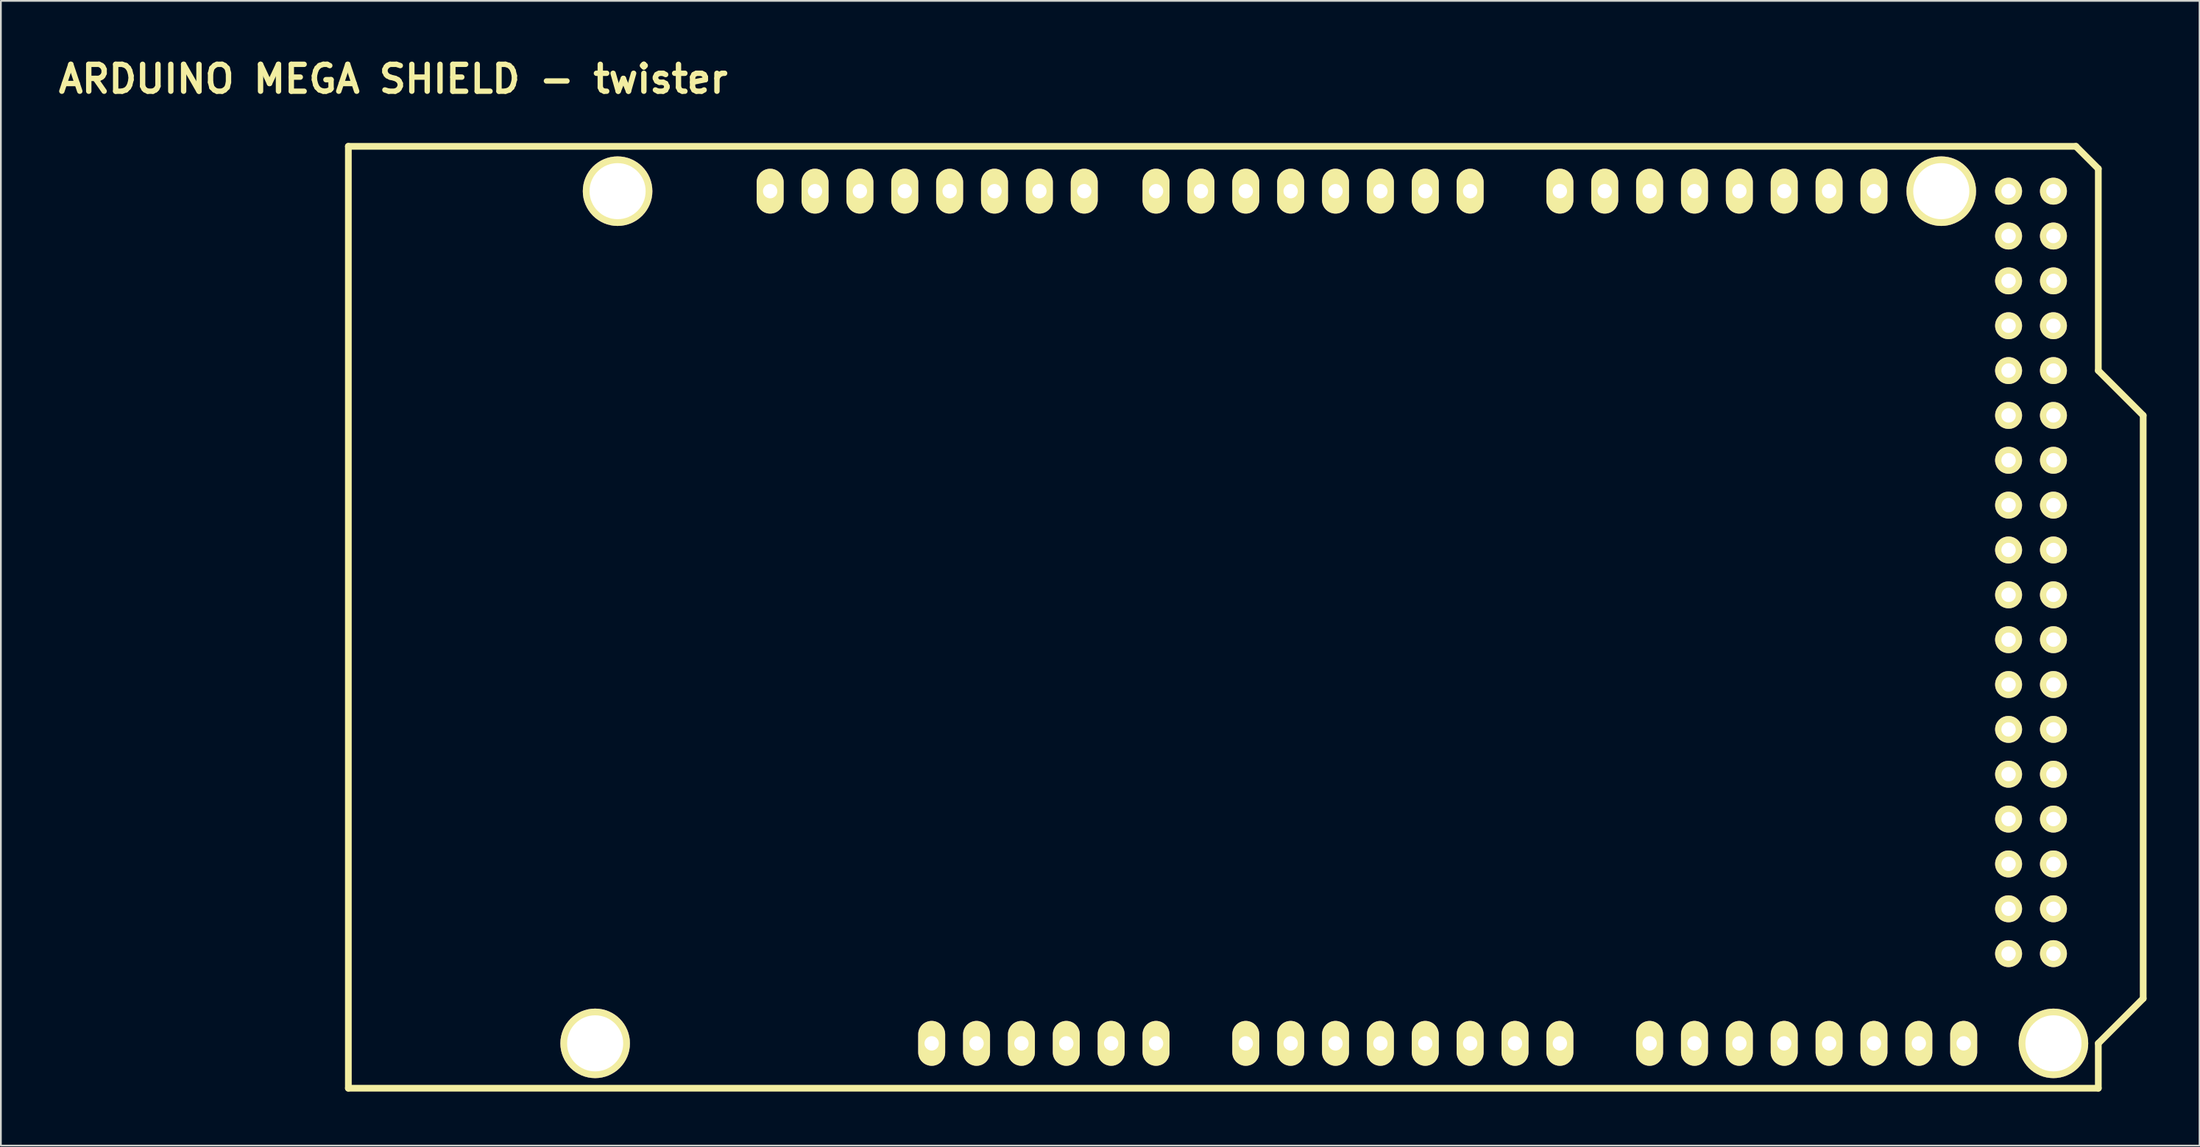
<source format=kicad_pcb>
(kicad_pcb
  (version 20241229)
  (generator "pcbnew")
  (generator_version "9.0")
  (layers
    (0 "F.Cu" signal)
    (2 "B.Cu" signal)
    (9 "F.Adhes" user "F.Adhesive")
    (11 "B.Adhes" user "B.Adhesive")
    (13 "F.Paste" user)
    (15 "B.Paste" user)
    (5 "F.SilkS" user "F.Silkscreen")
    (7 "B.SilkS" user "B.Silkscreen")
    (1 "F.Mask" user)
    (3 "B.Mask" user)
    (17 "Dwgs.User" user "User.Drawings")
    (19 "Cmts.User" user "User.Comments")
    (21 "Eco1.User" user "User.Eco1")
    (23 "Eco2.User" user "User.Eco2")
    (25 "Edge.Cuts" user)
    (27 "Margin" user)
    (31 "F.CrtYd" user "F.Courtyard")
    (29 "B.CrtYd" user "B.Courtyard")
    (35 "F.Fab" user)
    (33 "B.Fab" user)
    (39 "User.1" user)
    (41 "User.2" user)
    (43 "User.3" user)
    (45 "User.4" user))
  (footprint "ARDUINO MEGA SHIELD - twister"
    (layer "F.Cu")
    (at 16.67 58.576)
    (property "Reference" "ARDUINO MEGA SHIELD - twister" (at 2.54 -57.15 0) (layer "F.SilkS") (effects (font (size 1.524 1.524) (thickness 0.305))))
    (attr through_hole)
    (fp_line (start 0 0) (end 0 -53.34) (stroke (width 0.381) (type solid)) (layer "F.SilkS"))
    (fp_line (start 97.79 -53.34) (end 0 -53.34) (stroke (width 0.381) (type solid)) (layer "F.SilkS"))
    (fp_line (start 99.06 -52.07) (end 97.79 -53.34) (stroke (width 0.381) (type solid)) (layer "F.SilkS"))
    (fp_line (start 99.06 -40.64) (end 99.06 -52.07) (stroke (width 0.381) (type solid)) (layer "F.SilkS"))
    (fp_line (start 99.06 -40.64) (end 101.6 -38.1) (stroke (width 0.381) (type solid)) (layer "F.SilkS"))
    (fp_line (start 99.06 -2.54) (end 99.06 0) (stroke (width 0.381) (type solid)) (layer "F.SilkS"))
    (fp_line (start 99.06 0) (end 0 0) (stroke (width 0.381) (type solid)) (layer "F.SilkS"))
    (fp_line (start 101.6 -38.1) (end 101.6 -5.08) (stroke (width 0.381) (type solid)) (layer "F.SilkS"))
    (fp_line (start 101.6 -5.08) (end 99.06 -2.54) (stroke (width 0.381) (type solid)) (layer "F.SilkS"))
    (pad "" thru_hole circle (at 13.97 -2.54 90) (size 3.937 3.937) (drill 3.175) (layers "*.Cu" "*.Mask" "F.SilkS"))
    (pad "" thru_hole circle (at 15.24 -50.8 90) (size 3.937 3.937) (drill 3.175) (layers "*.Cu" "*.Mask" "F.SilkS"))
    (pad "" thru_hole circle (at 90.17 -50.8 90) (size 3.937 3.937) (drill 3.175) (layers "*.Cu" "*.Mask" "F.SilkS"))
    (pad "" thru_hole circle (at 96.52 -2.54 90) (size 3.937 3.937) (drill 3.175) (layers "*.Cu" "*.Mask" "F.SilkS"))
    (pad "0" thru_hole oval (at 63.5 -50.8 90) (size 2.54 1.524) (drill 0.813) (layers "*.Cu" "*.Mask" "F.SilkS"))
    (pad "1" thru_hole oval (at 60.96 -50.8 90) (size 2.54 1.524) (drill 0.813) (layers "*.Cu" "*.Mask" "F.SilkS"))
    (pad "2" thru_hole oval (at 58.42 -50.8 90) (size 2.54 1.524) (drill 0.813) (layers "*.Cu" "*.Mask" "F.SilkS"))
    (pad "3" thru_hole oval (at 55.88 -50.8 90) (size 2.54 1.524) (drill 0.813) (layers "*.Cu" "*.Mask" "F.SilkS"))
    (pad "3V3" thru_hole oval (at 35.56 -2.54 90) (size 2.54 1.524) (drill 0.813) (layers "*.Cu" "*.Mask" "F.SilkS"))
    (pad "4" thru_hole oval (at 53.34 -50.8 90) (size 2.54 1.524) (drill 0.813) (layers "*.Cu" "*.Mask" "F.SilkS"))
    (pad "5" thru_hole oval (at 50.8 -50.8 90) (size 2.54 1.524) (drill 0.813) (layers "*.Cu" "*.Mask" "F.SilkS"))
    (pad "5V" thru_hole oval (at 38.1 -2.54 90) (size 2.54 1.524) (drill 0.813) (layers "*.Cu" "*.Mask" "F.SilkS"))
    (pad "5V_4" thru_hole circle (at 93.98 -50.8) (size 1.524 1.524) (drill 0.813) (layers "*.Cu" "*.Mask" "F.SilkS"))
    (pad "5V_5" thru_hole circle (at 96.52 -50.8) (size 1.524 1.524) (drill 0.813) (layers "*.Cu" "*.Mask" "F.SilkS"))
    (pad "6" thru_hole oval (at 48.26 -50.8 90) (size 2.54 1.524) (drill 0.813) (layers "*.Cu" "*.Mask" "F.SilkS"))
    (pad "7" thru_hole oval (at 45.72 -50.8 90) (size 2.54 1.524) (drill 0.813) (layers "*.Cu" "*.Mask" "F.SilkS"))
    (pad "8" thru_hole oval (at 41.656 -50.8 90) (size 2.54 1.524) (drill 0.813) (layers "*.Cu" "*.Mask" "F.SilkS"))
    (pad "9" thru_hole oval (at 39.116 -50.8 90) (size 2.54 1.524) (drill 0.813) (layers "*.Cu" "*.Mask" "F.SilkS"))
    (pad "10" thru_hole oval (at 36.576 -50.8 90) (size 2.54 1.524) (drill 0.813) (layers "*.Cu" "*.Mask" "F.SilkS"))
    (pad "11" thru_hole oval (at 34.036 -50.8 90) (size 2.54 1.524) (drill 0.813) (layers "*.Cu" "*.Mask" "F.SilkS"))
    (pad "12" thru_hole oval (at 31.496 -50.8 90) (size 2.54 1.524) (drill 0.813) (layers "*.Cu" "*.Mask" "F.SilkS"))
    (pad "13" thru_hole oval (at 28.956 -50.8 90) (size 2.54 1.524) (drill 0.813) (layers "*.Cu" "*.Mask" "F.SilkS"))
    (pad "14" thru_hole oval (at 68.58 -50.8 90) (size 2.54 1.524) (drill 0.813) (layers "*.Cu" "*.Mask" "F.SilkS"))
    (pad "15" thru_hole oval (at 71.12 -50.8 90) (size 2.54 1.524) (drill 0.813) (layers "*.Cu" "*.Mask" "F.SilkS"))
    (pad "16" thru_hole oval (at 73.66 -50.8 90) (size 2.54 1.524) (drill 0.813) (layers "*.Cu" "*.Mask" "F.SilkS"))
    (pad "17" thru_hole oval (at 76.2 -50.8 90) (size 2.54 1.524) (drill 0.813) (layers "*.Cu" "*.Mask" "F.SilkS"))
    (pad "18" thru_hole oval (at 78.74 -50.8 90) (size 2.54 1.524) (drill 0.813) (layers "*.Cu" "*.Mask" "F.SilkS"))
    (pad "19" thru_hole oval (at 81.28 -50.8 90) (size 2.54 1.524) (drill 0.813) (layers "*.Cu" "*.Mask" "F.SilkS"))
    (pad "20" thru_hole oval (at 83.82 -50.8 90) (size 2.54 1.524) (drill 0.813) (layers "*.Cu" "*.Mask" "F.SilkS"))
    (pad "21" thru_hole oval (at 86.36 -50.8 90) (size 2.54 1.524) (drill 0.813) (layers "*.Cu" "*.Mask" "F.SilkS"))
    (pad "22" thru_hole circle (at 93.98 -48.26) (size 1.524 1.524) (drill 0.813) (layers "*.Cu" "*.Mask" "F.SilkS"))
    (pad "23" thru_hole circle (at 96.52 -48.26) (size 1.524 1.524) (drill 0.813) (layers "*.Cu" "*.Mask" "F.SilkS"))
    (pad "24" thru_hole circle (at 93.98 -45.72) (size 1.524 1.524) (drill 0.813) (layers "*.Cu" "*.Mask" "F.SilkS"))
    (pad "25" thru_hole circle (at 96.52 -45.72) (size 1.524 1.524) (drill 0.813) (layers "*.Cu" "*.Mask" "F.SilkS"))
    (pad "26" thru_hole circle (at 93.98 -43.18) (size 1.524 1.524) (drill 0.813) (layers "*.Cu" "*.Mask" "F.SilkS"))
    (pad "27" thru_hole circle (at 96.52 -43.18) (size 1.524 1.524) (drill 0.813) (layers "*.Cu" "*.Mask" "F.SilkS"))
    (pad "28" thru_hole circle (at 93.98 -40.64) (size 1.524 1.524) (drill 0.813) (layers "*.Cu" "*.Mask" "F.SilkS"))
    (pad "29" thru_hole circle (at 96.52 -40.64) (size 1.524 1.524) (drill 0.813) (layers "*.Cu" "*.Mask" "F.SilkS"))
    (pad "30" thru_hole circle (at 93.98 -38.1) (size 1.524 1.524) (drill 0.813) (layers "*.Cu" "*.Mask" "F.SilkS"))
    (pad "31" thru_hole circle (at 96.52 -38.1) (size 1.524 1.524) (drill 0.813) (layers "*.Cu" "*.Mask" "F.SilkS"))
    (pad "32" thru_hole circle (at 93.98 -35.56) (size 1.524 1.524) (drill 0.813) (layers "*.Cu" "*.Mask" "F.SilkS"))
    (pad "33" thru_hole circle (at 96.52 -35.56) (size 1.524 1.524) (drill 0.813) (layers "*.Cu" "*.Mask" "F.SilkS"))
    (pad "34" thru_hole circle (at 93.98 -33.02) (size 1.524 1.524) (drill 0.813) (layers "*.Cu" "*.Mask" "F.SilkS"))
    (pad "35" thru_hole circle (at 96.52 -33.02) (size 1.524 1.524) (drill 0.813) (layers "*.Cu" "*.Mask" "F.SilkS"))
    (pad "36" thru_hole circle (at 93.98 -30.48) (size 1.524 1.524) (drill 0.813) (layers "*.Cu" "*.Mask" "F.SilkS"))
    (pad "37" thru_hole circle (at 96.52 -30.48) (size 1.524 1.524) (drill 0.813) (layers "*.Cu" "*.Mask" "F.SilkS"))
    (pad "38" thru_hole circle (at 93.98 -27.94) (size 1.524 1.524) (drill 0.813) (layers "*.Cu" "*.Mask" "F.SilkS"))
    (pad "39" thru_hole circle (at 96.52 -27.94) (size 1.524 1.524) (drill 0.813) (layers "*.Cu" "*.Mask" "F.SilkS"))
    (pad "40" thru_hole circle (at 93.98 -25.4) (size 1.524 1.524) (drill 0.813) (layers "*.Cu" "*.Mask" "F.SilkS"))
    (pad "41" thru_hole circle (at 96.52 -25.4) (size 1.524 1.524) (drill 0.813) (layers "*.Cu" "*.Mask" "F.SilkS"))
    (pad "42" thru_hole circle (at 93.98 -22.86) (size 1.524 1.524) (drill 0.813) (layers "*.Cu" "*.Mask" "F.SilkS"))
    (pad "43" thru_hole circle (at 96.52 -22.86) (size 1.524 1.524) (drill 0.813) (layers "*.Cu" "*.Mask" "F.SilkS"))
    (pad "44" thru_hole circle (at 93.98 -20.32) (size 1.524 1.524) (drill 0.813) (layers "*.Cu" "*.Mask" "F.SilkS"))
    (pad "45" thru_hole circle (at 96.52 -20.32) (size 1.524 1.524) (drill 0.813) (layers "*.Cu" "*.Mask" "F.SilkS"))
    (pad "46" thru_hole circle (at 93.98 -17.78) (size 1.524 1.524) (drill 0.813) (layers "*.Cu" "*.Mask" "F.SilkS"))
    (pad "47" thru_hole circle (at 96.52 -17.78) (size 1.524 1.524) (drill 0.813) (layers "*.Cu" "*.Mask" "F.SilkS"))
    (pad "48" thru_hole circle (at 93.98 -15.24) (size 1.524 1.524) (drill 0.813) (layers "*.Cu" "*.Mask" "F.SilkS"))
    (pad "49" thru_hole circle (at 96.52 -15.24) (size 1.524 1.524) (drill 0.813) (layers "*.Cu" "*.Mask" "F.SilkS"))
    (pad "50" thru_hole circle (at 93.98 -12.7) (size 1.524 1.524) (drill 0.813) (layers "*.Cu" "*.Mask" "F.SilkS"))
    (pad "51" thru_hole circle (at 96.52 -12.7) (size 1.524 1.524) (drill 0.813) (layers "*.Cu" "*.Mask" "F.SilkS"))
    (pad "52" thru_hole circle (at 93.98 -10.16) (size 1.524 1.524) (drill 0.813) (layers "*.Cu" "*.Mask" "F.SilkS"))
    (pad "53" thru_hole circle (at 96.52 -10.16) (size 1.524 1.524) (drill 0.813) (layers "*.Cu" "*.Mask" "F.SilkS"))
    (pad "AD0" thru_hole oval (at 50.8 -2.54 90) (size 2.54 1.524) (drill 0.813) (layers "*.Cu" "*.Mask" "F.SilkS"))
    (pad "AD1" thru_hole oval (at 53.34 -2.54 90) (size 2.54 1.524) (drill 0.813) (layers "*.Cu" "*.Mask" "F.SilkS"))
    (pad "AD2" thru_hole oval (at 55.88 -2.54 90) (size 2.54 1.524) (drill 0.813) (layers "*.Cu" "*.Mask" "F.SilkS"))
    (pad "AD3" thru_hole oval (at 58.42 -2.54 90) (size 2.54 1.524) (drill 0.813) (layers "*.Cu" "*.Mask" "F.SilkS"))
    (pad "AD4" thru_hole oval (at 60.96 -2.54 90) (size 2.54 1.524) (drill 0.813) (layers "*.Cu" "*.Mask" "F.SilkS"))
    (pad "AD5" thru_hole oval (at 63.5 -2.54 90) (size 2.54 1.524) (drill 0.813) (layers "*.Cu" "*.Mask" "F.SilkS"))
    (pad "AD6" thru_hole oval (at 66.04 -2.54 90) (size 2.54 1.524) (drill 0.813) (layers "*.Cu" "*.Mask" "F.SilkS"))
    (pad "AD7" thru_hole oval (at 68.58 -2.54 90) (size 2.54 1.524) (drill 0.813) (layers "*.Cu" "*.Mask" "F.SilkS"))
    (pad "AD8" thru_hole oval (at 73.66 -2.54 90) (size 2.54 1.524) (drill 0.813) (layers "*.Cu" "*.Mask" "F.SilkS"))
    (pad "AD9" thru_hole oval (at 76.2 -2.54 90) (size 2.54 1.524) (drill 0.813) (layers "*.Cu" "*.Mask" "F.SilkS"))
    (pad "AD10" thru_hole oval (at 78.74 -2.54 90) (size 2.54 1.524) (drill 0.813) (layers "*.Cu" "*.Mask" "F.SilkS"))
    (pad "AD11" thru_hole oval (at 81.28 -2.54 90) (size 2.54 1.524) (drill 0.813) (layers "*.Cu" "*.Mask" "F.SilkS"))
    (pad "AD12" thru_hole oval (at 83.82 -2.54 90) (size 2.54 1.524) (drill 0.813) (layers "*.Cu" "*.Mask" "F.SilkS"))
    (pad "AD13" thru_hole oval (at 86.36 -2.54 90) (size 2.54 1.524) (drill 0.813) (layers "*.Cu" "*.Mask" "F.SilkS"))
    (pad "AD14" thru_hole oval (at 88.9 -2.54 90) (size 2.54 1.524) (drill 0.813) (layers "*.Cu" "*.Mask" "F.SilkS"))
    (pad "AD15" thru_hole oval (at 91.44 -2.54 90) (size 2.54 1.524) (drill 0.813) (layers "*.Cu" "*.Mask" "F.SilkS"))
    (pad "AREF" thru_hole oval (at 23.876 -50.8 90) (size 2.54 1.524) (drill 0.813) (layers "*.Cu" "*.Mask" "F.SilkS"))
    (pad "GND1" thru_hole oval (at 40.64 -2.54 90) (size 2.54 1.524) (drill 0.813) (layers "*.Cu" "*.Mask" "F.SilkS"))
    (pad "GND2" thru_hole oval (at 43.18 -2.54 90) (size 2.54 1.524) (drill 0.813) (layers "*.Cu" "*.Mask" "F.SilkS"))
    (pad "GND3" thru_hole oval (at 26.416 -50.8 90) (size 2.54 1.524) (drill 0.813) (layers "*.Cu" "*.Mask" "F.SilkS"))
    (pad "GND4" thru_hole circle (at 93.98 -7.62) (size 1.524 1.524) (drill 0.813) (layers "*.Cu" "*.Mask" "F.SilkS"))
    (pad "GND5" thru_hole circle (at 96.52 -7.62) (size 1.524 1.524) (drill 0.813) (layers "*.Cu" "*.Mask" "F.SilkS"))
    (pad "RST" thru_hole oval (at 33.02 -2.54 90) (size 2.54 1.524) (drill 0.813) (layers "*.Cu" "*.Mask" "F.SilkS"))
    (pad "V_IN" thru_hole oval (at 45.72 -2.54 90) (size 2.54 1.524) (drill 0.813) (layers "*.Cu" "*.Mask" "F.SilkS")))
  (gr_rect
    (start -3 -3)
    (end 121.46 61.826)
    (stroke (width 0.1) (type default))
    (fill no)
    (layer "Edge.Cuts")))
</source>
